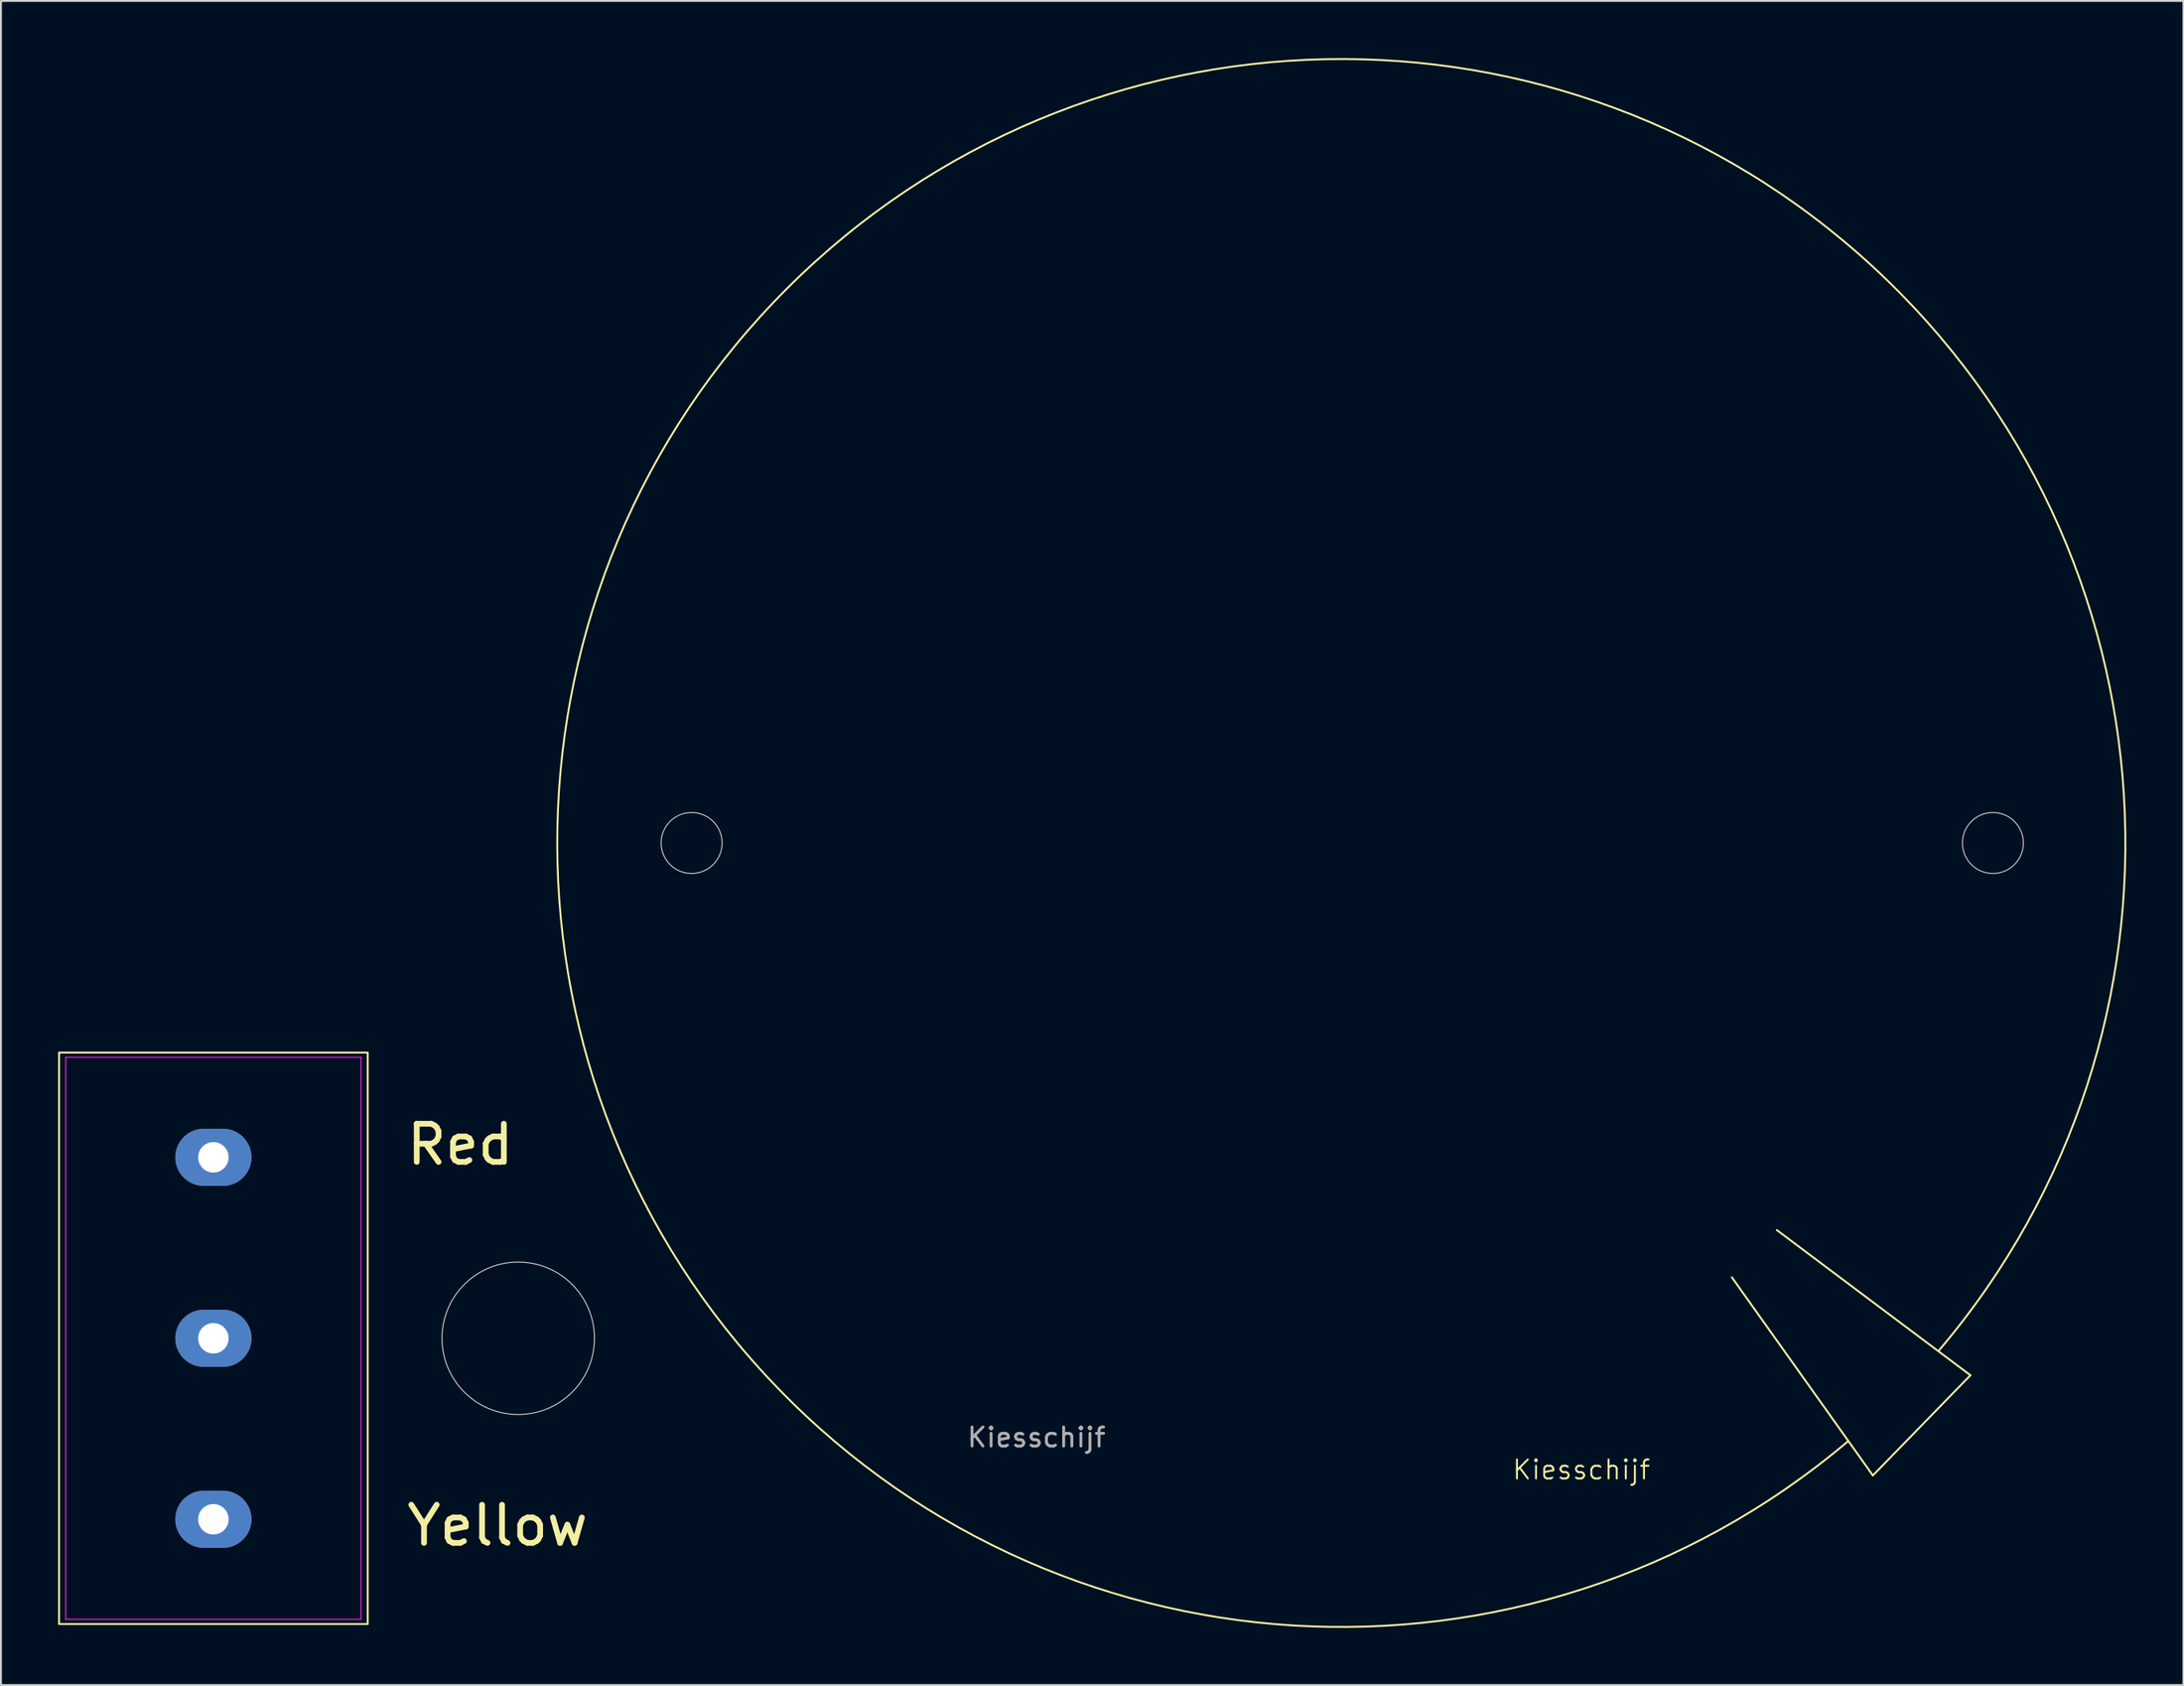
<source format=kicad_pcb>
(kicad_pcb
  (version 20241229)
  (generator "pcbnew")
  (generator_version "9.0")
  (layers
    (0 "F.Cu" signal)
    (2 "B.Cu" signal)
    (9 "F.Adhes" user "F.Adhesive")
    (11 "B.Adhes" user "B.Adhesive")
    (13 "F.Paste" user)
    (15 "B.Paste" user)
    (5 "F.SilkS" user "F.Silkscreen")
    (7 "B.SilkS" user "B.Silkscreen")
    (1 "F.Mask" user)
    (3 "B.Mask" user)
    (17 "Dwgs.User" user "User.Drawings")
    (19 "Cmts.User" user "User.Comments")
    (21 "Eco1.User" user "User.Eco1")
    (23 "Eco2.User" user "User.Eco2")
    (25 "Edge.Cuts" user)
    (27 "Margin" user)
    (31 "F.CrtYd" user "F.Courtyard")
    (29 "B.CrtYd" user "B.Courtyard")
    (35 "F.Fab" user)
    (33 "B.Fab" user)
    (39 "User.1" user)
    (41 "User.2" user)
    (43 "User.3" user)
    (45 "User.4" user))
  (footprint "Kiesschijf"
    (layer "F.Cu")
    (at 67.35 41.202)
    (property "Reference" "Kiesschijf" (at 12.6 32.9 0) (unlocked yes) (layer "F.SilkS") (effects (font (size 1 1) (thickness 0.1))))
    (attr through_hole)
    (fp_line (start 27.9 33.2) (end 20.5 22.8) (stroke (width 0.1) (type default)) (layer "F.SilkS"))
    (fp_line (start 27.9 33.2) (end 33.02 27.94) (stroke (width 0.1) (type default)) (layer "F.SilkS"))
    (fp_line (start 33.02 27.94) (end 22.86 20.32) (stroke (width 0.1) (type default)) (layer "F.SilkS"))
    (fp_rect (start -51.1 41) (end -67.3 11) (stroke (width 0.1) (type default)) (fill no) (layer "F.SilkS"))
    (fp_arc (start 26.6 31.399999) (mid -29.086891 -29.111384) (end 31.377599 26.62642) (stroke (width 0.1) (type default)) (layer "F.SilkS"))
    (fp_circle (center -43.2 26) (end -39.2 26) (stroke (width 0.05) (type default)) (fill no) (layer "Edge.Cuts"))
    (fp_circle (center -34.1 0) (end -32.5 0) (stroke (width 0.05) (type default)) (fill no) (layer "Edge.Cuts"))
    (fp_circle (center 34.2 0) (end 35.8 0) (stroke (width 0.05) (type default)) (fill no) (layer "Edge.Cuts"))
    (fp_line (start -66.95 11.25) (end -51.45 11.25) (stroke (width 0.05) (type default)) (layer "F.CrtYd"))
    (fp_line (start -66.95 40.75) (end -66.95 11.25) (stroke (width 0.05) (type default)) (layer "F.CrtYd"))
    (fp_line (start -51.45 11.25) (end -51.45 40.75) (stroke (width 0.05) (type default)) (layer "F.CrtYd"))
    (fp_line (start -51.45 40.75) (end -66.95 40.75) (stroke (width 0.05) (type default)) (layer "F.CrtYd"))
    (fp_text user "Red" (at -49.2 17 0) (unlocked yes) (layer "F.SilkS") (effects (font (size 2 2) (thickness 0.3)) (justify left bottom)))
    (fp_text user "Yellow" (at -49.2 37 0) (unlocked yes) (layer "F.SilkS") (effects (font (size 2 2) (thickness 0.3)) (justify left bottom)))
    (fp_text user "${REFERENCE}" (at -16 31.2 0) (unlocked yes) (layer "F.Fab") (effects (font (size 1 1) (thickness 0.15))))
    (pad "1" thru_hole oval (at -59.2 16.5 180) (size 4 3) (drill 1.6) (layers "*.Cu" "*.Mask"))
    (pad "2" thru_hole oval (at -59.2 26) (size 4 3) (drill 1.6) (layers "*.Cu" "*.Mask"))
    (pad "3" thru_hole oval (at -59.2 35.5) (size 4 3) (drill 1.6) (layers "*.Cu" "*.Mask")))
  (gr_rect
    (start -3 -3)
    (end 111.552 85.405)
    (stroke (width 0.1) (type default))
    (fill no)
    (layer "Edge.Cuts")))
</source>
